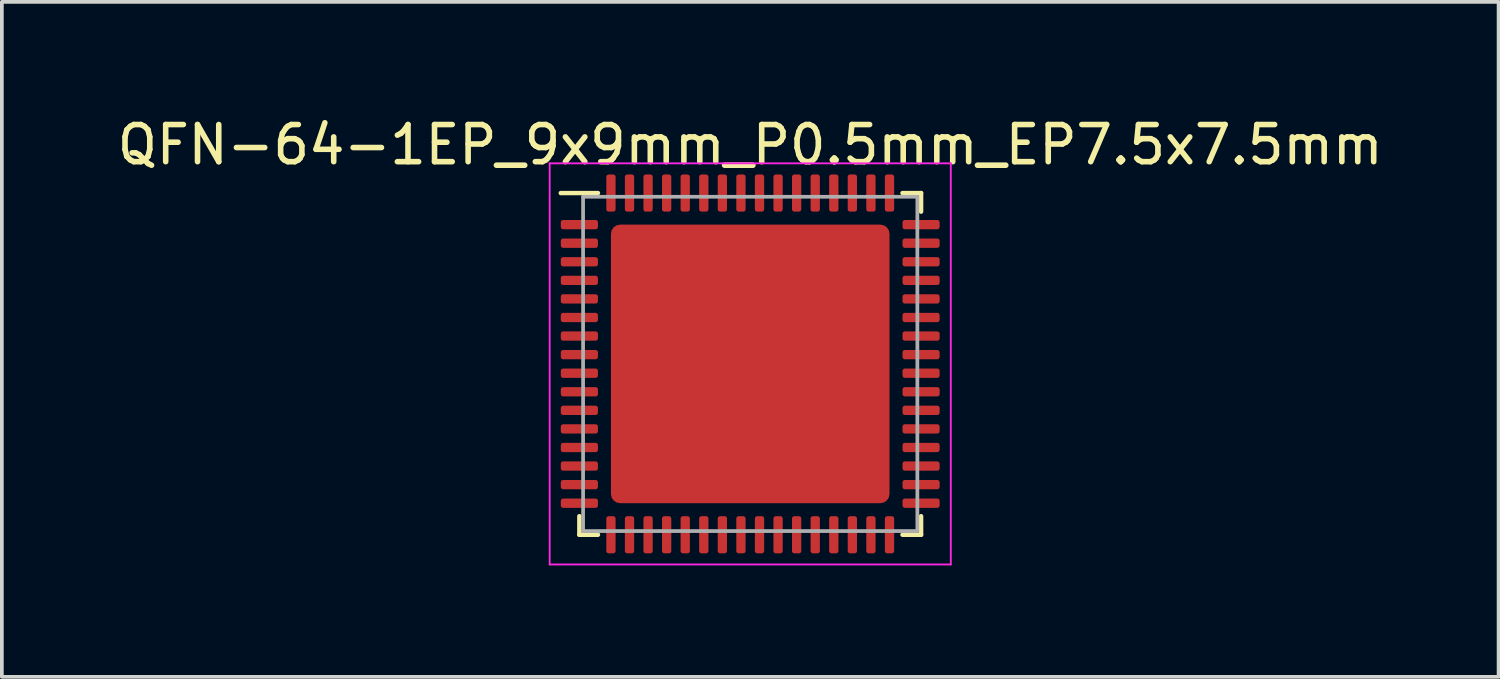
<source format=kicad_pcb>
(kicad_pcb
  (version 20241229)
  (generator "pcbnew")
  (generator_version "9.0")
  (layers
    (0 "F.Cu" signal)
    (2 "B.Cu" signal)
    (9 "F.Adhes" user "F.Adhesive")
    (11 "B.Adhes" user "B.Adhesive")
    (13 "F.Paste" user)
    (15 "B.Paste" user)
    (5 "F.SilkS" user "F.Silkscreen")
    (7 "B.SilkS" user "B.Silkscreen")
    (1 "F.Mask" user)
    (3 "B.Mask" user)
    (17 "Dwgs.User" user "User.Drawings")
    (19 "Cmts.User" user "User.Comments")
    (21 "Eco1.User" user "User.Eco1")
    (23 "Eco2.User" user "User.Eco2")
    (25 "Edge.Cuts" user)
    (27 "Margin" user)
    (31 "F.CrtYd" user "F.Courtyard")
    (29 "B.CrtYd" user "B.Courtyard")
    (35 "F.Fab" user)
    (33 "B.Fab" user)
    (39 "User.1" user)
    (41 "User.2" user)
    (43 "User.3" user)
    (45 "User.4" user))
  (footprint "QFN-64-1EP_9x9mm_P0.5mm_EP7.5x7.5mm"
    (layer "F.Cu")
    (at 17.149 6.748)
    (property "Reference" "QFN-64-1EP_9x9mm_P0.5mm_EP7.5x7.5mm" (at 0 -5.9 0) (layer "F.SilkS") (effects (font (size 1 1) (thickness 0.15))))
    (attr smd)
    (fp_line (start -4.6 4.6) (end -4.6 4.1) (stroke (width 0.12) (type solid)) (layer "F.SilkS"))
    (fp_line (start -4.1 -4.6) (end -5.1 -4.6) (stroke (width 0.12) (type solid)) (layer "F.SilkS"))
    (fp_line (start -4.1 4.6) (end -4.6 4.6) (stroke (width 0.12) (type solid)) (layer "F.SilkS"))
    (fp_line (start 4.1 -4.6) (end 4.6 -4.6) (stroke (width 0.12) (type solid)) (layer "F.SilkS"))
    (fp_line (start 4.1 4.6) (end 4.6 4.6) (stroke (width 0.12) (type solid)) (layer "F.SilkS"))
    (fp_line (start 4.6 -4.6) (end 4.6 -4.1) (stroke (width 0.12) (type solid)) (layer "F.SilkS"))
    (fp_line (start 4.6 4.6) (end 4.6 4.1) (stroke (width 0.12) (type solid)) (layer "F.SilkS"))
    (fp_line (start -5.4 -5.4) (end -5.4 5.4) (stroke (width 0.05) (type solid)) (layer "F.CrtYd"))
    (fp_line (start -5.4 5.4) (end 5.4 5.4) (stroke (width 0.05) (type solid)) (layer "F.CrtYd"))
    (fp_line (start 5.4 -5.4) (end -5.4 -5.4) (stroke (width 0.05) (type solid)) (layer "F.CrtYd"))
    (fp_line (start 5.4 5.4) (end 5.4 -5.4) (stroke (width 0.05) (type solid)) (layer "F.CrtYd"))
    (fp_line (start -4.5 -4.5) (end 4.5 -4.5) (stroke (width 0.1) (type solid)) (layer "F.Fab"))
    (fp_line (start -4.5 4.5) (end -4.5 -4.5) (stroke (width 0.1) (type solid)) (layer "F.Fab"))
    (fp_line (start 4.5 -4.5) (end 4.5 4.5) (stroke (width 0.1) (type solid)) (layer "F.Fab"))
    (fp_line (start 4.5 4.5) (end -4.5 4.5) (stroke (width 0.1) (type solid)) (layer "F.Fab"))
    (pad "" smd roundrect (at -3.125 -3.125) (size 1.01 1.01) (layers "F.Paste") (roundrect_rratio 0.248))
    (pad "" smd roundrect (at -3.125 -1.875) (size 1.01 1.01) (layers "F.Paste") (roundrect_rratio 0.248))
    (pad "" smd roundrect (at -3.125 -0.625) (size 1.01 1.01) (layers "F.Paste") (roundrect_rratio 0.248))
    (pad "" smd roundrect (at -3.125 0.625) (size 1.01 1.01) (layers "F.Paste") (roundrect_rratio 0.248))
    (pad "" smd roundrect (at -3.125 1.875) (size 1.01 1.01) (layers "F.Paste") (roundrect_rratio 0.248))
    (pad "" smd roundrect (at -3.125 3.125) (size 1.01 1.01) (layers "F.Paste") (roundrect_rratio 0.248))
    (pad "" smd roundrect (at -1.875 -3.125) (size 1.01 1.01) (layers "F.Paste") (roundrect_rratio 0.248))
    (pad "" smd roundrect (at -1.875 -1.875) (size 1.01 1.01) (layers "F.Paste") (roundrect_rratio 0.248))
    (pad "" smd roundrect (at -1.875 -0.625) (size 1.01 1.01) (layers "F.Paste") (roundrect_rratio 0.248))
    (pad "" smd roundrect (at -1.875 0.625) (size 1.01 1.01) (layers "F.Paste") (roundrect_rratio 0.248))
    (pad "" smd roundrect (at -1.875 1.875) (size 1.01 1.01) (layers "F.Paste") (roundrect_rratio 0.248))
    (pad "" smd roundrect (at -1.875 3.125) (size 1.01 1.01) (layers "F.Paste") (roundrect_rratio 0.248))
    (pad "" smd roundrect (at -0.625 -3.125) (size 1.01 1.01) (layers "F.Paste") (roundrect_rratio 0.248))
    (pad "" smd roundrect (at -0.625 -1.875) (size 1.01 1.01) (layers "F.Paste") (roundrect_rratio 0.248))
    (pad "" smd roundrect (at -0.625 -0.625) (size 1.01 1.01) (layers "F.Paste") (roundrect_rratio 0.248))
    (pad "" smd roundrect (at -0.625 0.625) (size 1.01 1.01) (layers "F.Paste") (roundrect_rratio 0.248))
    (pad "" smd roundrect (at -0.625 1.875) (size 1.01 1.01) (layers "F.Paste") (roundrect_rratio 0.248))
    (pad "" smd roundrect (at -0.625 3.125) (size 1.01 1.01) (layers "F.Paste") (roundrect_rratio 0.248))
    (pad "" smd roundrect (at 0.625 -3.125) (size 1.01 1.01) (layers "F.Paste") (roundrect_rratio 0.248))
    (pad "" smd roundrect (at 0.625 -1.875) (size 1.01 1.01) (layers "F.Paste") (roundrect_rratio 0.248))
    (pad "" smd roundrect (at 0.625 -0.625) (size 1.01 1.01) (layers "F.Paste") (roundrect_rratio 0.248))
    (pad "" smd roundrect (at 0.625 0.625) (size 1.01 1.01) (layers "F.Paste") (roundrect_rratio 0.248))
    (pad "" smd roundrect (at 0.625 1.875) (size 1.01 1.01) (layers "F.Paste") (roundrect_rratio 0.248))
    (pad "" smd roundrect (at 0.625 3.125) (size 1.01 1.01) (layers "F.Paste") (roundrect_rratio 0.248))
    (pad "" smd roundrect (at 1.875 -3.125) (size 1.01 1.01) (layers "F.Paste") (roundrect_rratio 0.248))
    (pad "" smd roundrect (at 1.875 -1.875) (size 1.01 1.01) (layers "F.Paste") (roundrect_rratio 0.248))
    (pad "" smd roundrect (at 1.875 -0.625) (size 1.01 1.01) (layers "F.Paste") (roundrect_rratio 0.248))
    (pad "" smd roundrect (at 1.875 0.625) (size 1.01 1.01) (layers "F.Paste") (roundrect_rratio 0.248))
    (pad "" smd roundrect (at 1.875 1.875) (size 1.01 1.01) (layers "F.Paste") (roundrect_rratio 0.248))
    (pad "" smd roundrect (at 1.875 3.125) (size 1.01 1.01) (layers "F.Paste") (roundrect_rratio 0.248))
    (pad "" smd roundrect (at 3.125 -3.125) (size 1.01 1.01) (layers "F.Paste") (roundrect_rratio 0.248))
    (pad "" smd roundrect (at 3.125 -1.875) (size 1.01 1.01) (layers "F.Paste") (roundrect_rratio 0.248))
    (pad "" smd roundrect (at 3.125 -0.625) (size 1.01 1.01) (layers "F.Paste") (roundrect_rratio 0.248))
    (pad "" smd roundrect (at 3.125 0.625) (size 1.01 1.01) (layers "F.Paste") (roundrect_rratio 0.248))
    (pad "" smd roundrect (at 3.125 1.875) (size 1.01 1.01) (layers "F.Paste") (roundrect_rratio 0.248))
    (pad "" smd roundrect (at 3.125 3.125) (size 1.01 1.01) (layers "F.Paste") (roundrect_rratio 0.248))
    (pad "1" smd roundrect (at -4.6 -3.75) (size 1 0.25) (layers "F.Cu" "F.Mask" "F.Paste") (roundrect_rratio 0.25))
    (pad "2" smd roundrect (at -4.6 -3.25) (size 1 0.25) (layers "F.Cu" "F.Mask" "F.Paste") (roundrect_rratio 0.25))
    (pad "3" smd roundrect (at -4.6 -2.75) (size 1 0.25) (layers "F.Cu" "F.Mask" "F.Paste") (roundrect_rratio 0.25))
    (pad "4" smd roundrect (at -4.6 -2.25) (size 1 0.25) (layers "F.Cu" "F.Mask" "F.Paste") (roundrect_rratio 0.25))
    (pad "5" smd roundrect (at -4.6 -1.75) (size 1 0.25) (layers "F.Cu" "F.Mask" "F.Paste") (roundrect_rratio 0.25))
    (pad "6" smd roundrect (at -4.6 -1.25) (size 1 0.25) (layers "F.Cu" "F.Mask" "F.Paste") (roundrect_rratio 0.25))
    (pad "7" smd roundrect (at -4.6 -0.75) (size 1 0.25) (layers "F.Cu" "F.Mask" "F.Paste") (roundrect_rratio 0.25))
    (pad "8" smd roundrect (at -4.6 -0.25) (size 1 0.25) (layers "F.Cu" "F.Mask" "F.Paste") (roundrect_rratio 0.25))
    (pad "9" smd roundrect (at -4.6 0.25) (size 1 0.25) (layers "F.Cu" "F.Mask" "F.Paste") (roundrect_rratio 0.25))
    (pad "10" smd roundrect (at -4.6 0.75) (size 1 0.25) (layers "F.Cu" "F.Mask" "F.Paste") (roundrect_rratio 0.25))
    (pad "11" smd roundrect (at -4.6 1.25) (size 1 0.25) (layers "F.Cu" "F.Mask" "F.Paste") (roundrect_rratio 0.25))
    (pad "12" smd roundrect (at -4.6 1.75) (size 1 0.25) (layers "F.Cu" "F.Mask" "F.Paste") (roundrect_rratio 0.25))
    (pad "13" smd roundrect (at -4.6 2.25) (size 1 0.25) (layers "F.Cu" "F.Mask" "F.Paste") (roundrect_rratio 0.25))
    (pad "14" smd roundrect (at -4.6 2.75) (size 1 0.25) (layers "F.Cu" "F.Mask" "F.Paste") (roundrect_rratio 0.25))
    (pad "15" smd roundrect (at -4.6 3.25) (size 1 0.25) (layers "F.Cu" "F.Mask" "F.Paste") (roundrect_rratio 0.25))
    (pad "16" smd roundrect (at -4.6 3.75) (size 1 0.25) (layers "F.Cu" "F.Mask" "F.Paste") (roundrect_rratio 0.25))
    (pad "17" smd roundrect (at -3.75 4.6) (size 0.25 1) (layers "F.Cu" "F.Mask" "F.Paste") (roundrect_rratio 0.25))
    (pad "18" smd roundrect (at -3.25 4.6) (size 0.25 1) (layers "F.Cu" "F.Mask" "F.Paste") (roundrect_rratio 0.25))
    (pad "19" smd roundrect (at -2.75 4.6) (size 0.25 1) (layers "F.Cu" "F.Mask" "F.Paste") (roundrect_rratio 0.25))
    (pad "20" smd roundrect (at -2.25 4.6) (size 0.25 1) (layers "F.Cu" "F.Mask" "F.Paste") (roundrect_rratio 0.25))
    (pad "21" smd roundrect (at -1.75 4.6) (size 0.25 1) (layers "F.Cu" "F.Mask" "F.Paste") (roundrect_rratio 0.25))
    (pad "22" smd roundrect (at -1.25 4.6) (size 0.25 1) (layers "F.Cu" "F.Mask" "F.Paste") (roundrect_rratio 0.25))
    (pad "23" smd roundrect (at -0.75 4.6) (size 0.25 1) (layers "F.Cu" "F.Mask" "F.Paste") (roundrect_rratio 0.25))
    (pad "24" smd roundrect (at -0.25 4.6) (size 0.25 1) (layers "F.Cu" "F.Mask" "F.Paste") (roundrect_rratio 0.25))
    (pad "25" smd roundrect (at 0.25 4.6) (size 0.25 1) (layers "F.Cu" "F.Mask" "F.Paste") (roundrect_rratio 0.25))
    (pad "26" smd roundrect (at 0.75 4.6) (size 0.25 1) (layers "F.Cu" "F.Mask" "F.Paste") (roundrect_rratio 0.25))
    (pad "27" smd roundrect (at 1.25 4.6) (size 0.25 1) (layers "F.Cu" "F.Mask" "F.Paste") (roundrect_rratio 0.25))
    (pad "28" smd roundrect (at 1.75 4.6) (size 0.25 1) (layers "F.Cu" "F.Mask" "F.Paste") (roundrect_rratio 0.25))
    (pad "29" smd roundrect (at 2.25 4.6) (size 0.25 1) (layers "F.Cu" "F.Mask" "F.Paste") (roundrect_rratio 0.25))
    (pad "30" smd roundrect (at 2.75 4.6) (size 0.25 1) (layers "F.Cu" "F.Mask" "F.Paste") (roundrect_rratio 0.25))
    (pad "31" smd roundrect (at 3.25 4.6) (size 0.25 1) (layers "F.Cu" "F.Mask" "F.Paste") (roundrect_rratio 0.25))
    (pad "32" smd roundrect (at 3.75 4.6) (size 0.25 1) (layers "F.Cu" "F.Mask" "F.Paste") (roundrect_rratio 0.25))
    (pad "33" smd roundrect (at 4.6 3.75) (size 1 0.25) (layers "F.Cu" "F.Mask" "F.Paste") (roundrect_rratio 0.25))
    (pad "34" smd roundrect (at 4.6 3.25) (size 1 0.25) (layers "F.Cu" "F.Mask" "F.Paste") (roundrect_rratio 0.25))
    (pad "35" smd roundrect (at 4.6 2.75) (size 1 0.25) (layers "F.Cu" "F.Mask" "F.Paste") (roundrect_rratio 0.25))
    (pad "36" smd roundrect (at 4.6 2.25) (size 1 0.25) (layers "F.Cu" "F.Mask" "F.Paste") (roundrect_rratio 0.25))
    (pad "37" smd roundrect (at 4.6 1.75) (size 1 0.25) (layers "F.Cu" "F.Mask" "F.Paste") (roundrect_rratio 0.25))
    (pad "38" smd roundrect (at 4.6 1.25) (size 1 0.25) (layers "F.Cu" "F.Mask" "F.Paste") (roundrect_rratio 0.25))
    (pad "39" smd roundrect (at 4.6 0.75) (size 1 0.25) (layers "F.Cu" "F.Mask" "F.Paste") (roundrect_rratio 0.25))
    (pad "40" smd roundrect (at 4.6 0.25) (size 1 0.25) (layers "F.Cu" "F.Mask" "F.Paste") (roundrect_rratio 0.25))
    (pad "41" smd roundrect (at 4.6 -0.25) (size 1 0.25) (layers "F.Cu" "F.Mask" "F.Paste") (roundrect_rratio 0.25))
    (pad "42" smd roundrect (at 4.6 -0.75) (size 1 0.25) (layers "F.Cu" "F.Mask" "F.Paste") (roundrect_rratio 0.25))
    (pad "43" smd roundrect (at 4.6 -1.25) (size 1 0.25) (layers "F.Cu" "F.Mask" "F.Paste") (roundrect_rratio 0.25))
    (pad "44" smd roundrect (at 4.6 -1.75) (size 1 0.25) (layers "F.Cu" "F.Mask" "F.Paste") (roundrect_rratio 0.25))
    (pad "45" smd roundrect (at 4.6 -2.25) (size 1 0.25) (layers "F.Cu" "F.Mask" "F.Paste") (roundrect_rratio 0.25))
    (pad "46" smd roundrect (at 4.6 -2.75) (size 1 0.25) (layers "F.Cu" "F.Mask" "F.Paste") (roundrect_rratio 0.25))
    (pad "47" smd roundrect (at 4.6 -3.25) (size 1 0.25) (layers "F.Cu" "F.Mask" "F.Paste") (roundrect_rratio 0.25))
    (pad "48" smd roundrect (at 4.6 -3.75) (size 1 0.25) (layers "F.Cu" "F.Mask" "F.Paste") (roundrect_rratio 0.25))
    (pad "49" smd roundrect (at 3.75 -4.6) (size 0.25 1) (layers "F.Cu" "F.Mask" "F.Paste") (roundrect_rratio 0.25))
    (pad "50" smd roundrect (at 3.25 -4.6) (size 0.25 1) (layers "F.Cu" "F.Mask" "F.Paste") (roundrect_rratio 0.25))
    (pad "51" smd roundrect (at 2.75 -4.6) (size 0.25 1) (layers "F.Cu" "F.Mask" "F.Paste") (roundrect_rratio 0.25))
    (pad "52" smd roundrect (at 2.25 -4.6) (size 0.25 1) (layers "F.Cu" "F.Mask" "F.Paste") (roundrect_rratio 0.25))
    (pad "53" smd roundrect (at 1.75 -4.6) (size 0.25 1) (layers "F.Cu" "F.Mask" "F.Paste") (roundrect_rratio 0.25))
    (pad "54" smd roundrect (at 1.25 -4.6) (size 0.25 1) (layers "F.Cu" "F.Mask" "F.Paste") (roundrect_rratio 0.25))
    (pad "55" smd roundrect (at 0.75 -4.6) (size 0.25 1) (layers "F.Cu" "F.Mask" "F.Paste") (roundrect_rratio 0.25))
    (pad "56" smd roundrect (at 0.25 -4.6) (size 0.25 1) (layers "F.Cu" "F.Mask" "F.Paste") (roundrect_rratio 0.25))
    (pad "57" smd roundrect (at -0.25 -4.6) (size 0.25 1) (layers "F.Cu" "F.Mask" "F.Paste") (roundrect_rratio 0.25))
    (pad "58" smd roundrect (at -0.75 -4.6) (size 0.25 1) (layers "F.Cu" "F.Mask" "F.Paste") (roundrect_rratio 0.25))
    (pad "59" smd roundrect (at -1.25 -4.6) (size 0.25 1) (layers "F.Cu" "F.Mask" "F.Paste") (roundrect_rratio 0.25))
    (pad "60" smd roundrect (at -1.75 -4.6) (size 0.25 1) (layers "F.Cu" "F.Mask" "F.Paste") (roundrect_rratio 0.25))
    (pad "61" smd roundrect (at -2.25 -4.6) (size 0.25 1) (layers "F.Cu" "F.Mask" "F.Paste") (roundrect_rratio 0.25))
    (pad "62" smd roundrect (at -2.75 -4.6) (size 0.25 1) (layers "F.Cu" "F.Mask" "F.Paste") (roundrect_rratio 0.25))
    (pad "63" smd roundrect (at -3.25 -4.6) (size 0.25 1) (layers "F.Cu" "F.Mask" "F.Paste") (roundrect_rratio 0.25))
    (pad "64" smd roundrect (at -3.75 -4.6) (size 0.25 1) (layers "F.Cu" "F.Mask" "F.Paste") (roundrect_rratio 0.25))
    (pad "65" smd roundrect (at 0 0) (size 7.5 7.5) (layers "F.Cu" "F.Mask") (roundrect_rratio 0.033)))
  (gr_rect
    (start -3 -3)
    (end 37.298 15.173)
    (stroke (width 0.1) (type default))
    (fill no)
    (layer "Edge.Cuts")))
</source>
